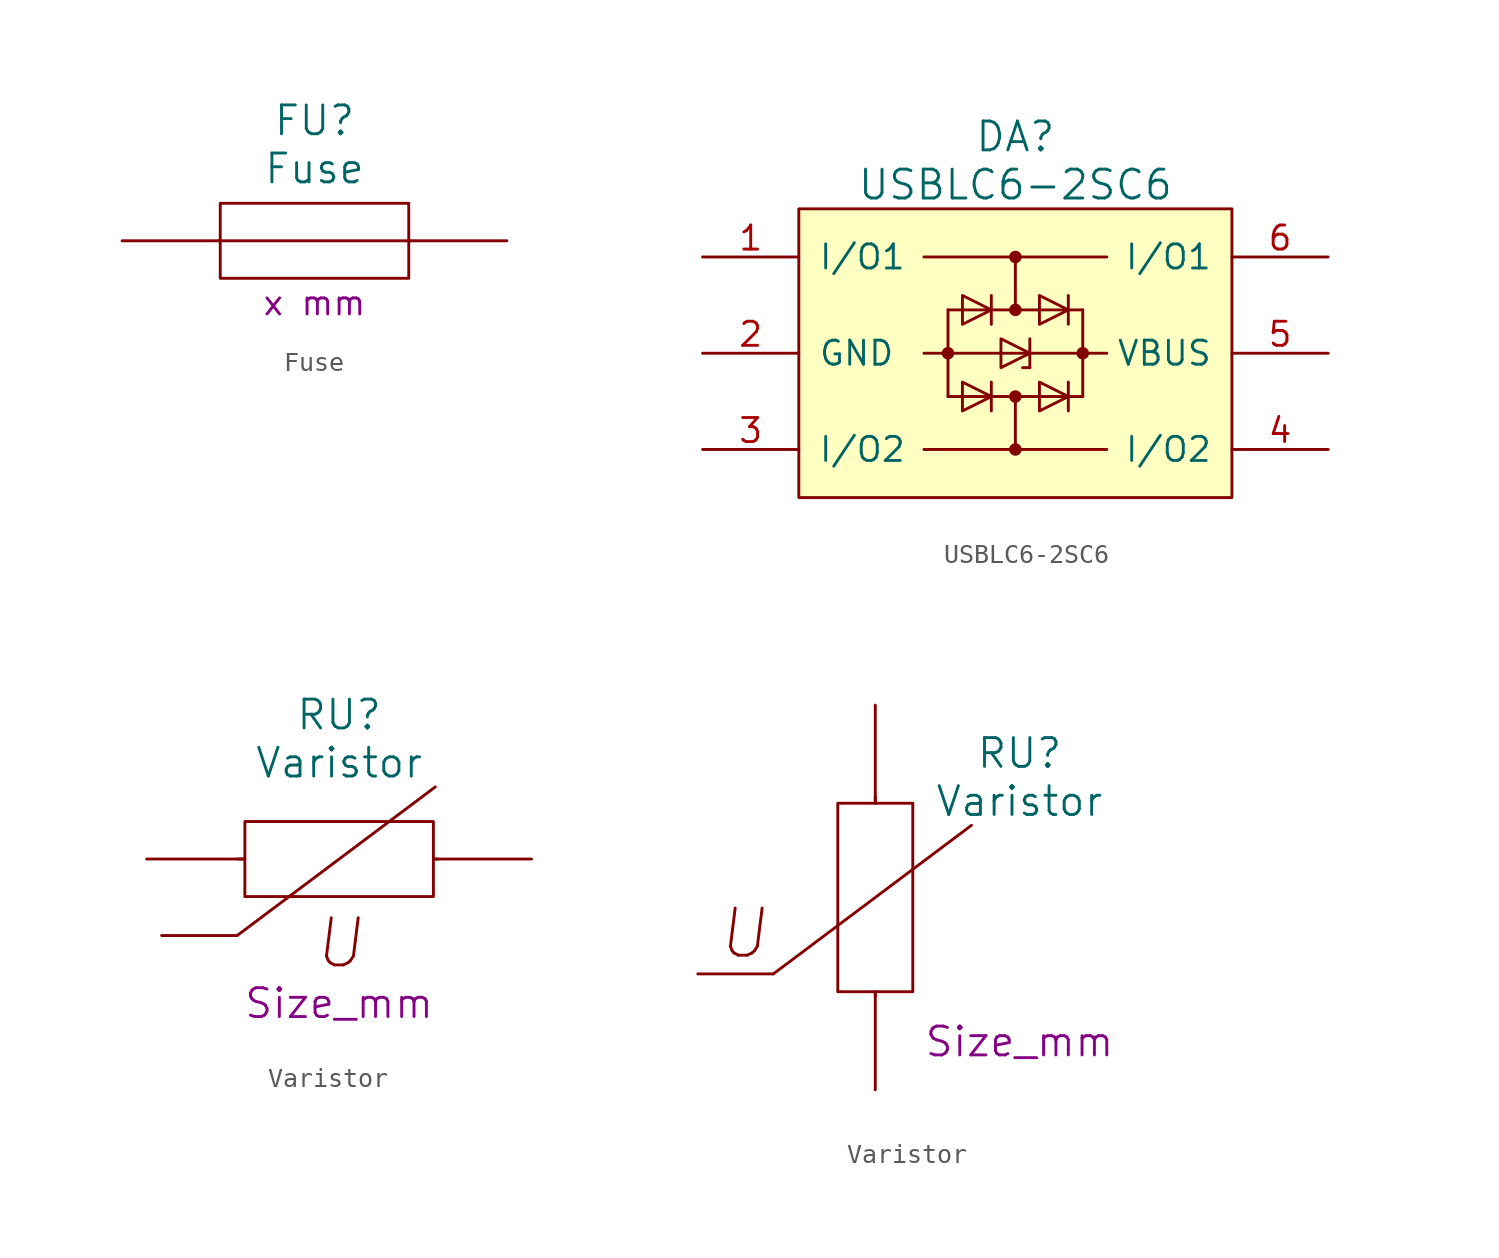
<source format=kicad_sym>
(kicad_symbol_lib
  (version 20220914)
  (generator kicad_symbol_editor)
  (symbol "Fuse"
    (pin_numbers hide)
    (pin_names
      (offset 1.016) hide)
    (property "Reference" "FU"
      (at 0 6.35 0)
      (do_not_autoplace)
      (effects (font (size 1.524 1.524))))
    (property "Value" "Fuse"
      (at 0 3.81 0)
      (do_not_autoplace)
      (effects (font (size 1.524 1.524))))
    (property "Datasheet" ""
      (at -10.16 0 0)
      (effects (font (size 1.524 1.524))))
    (property "Size" "x mm"
      (at 0 -2.54 0)
      (do_not_autoplace)
      (effects (font (size 1.27 1.27)) (justify top)))
    (symbol "Fuse_0_1"
      (polyline (pts (xy 5.08 0) (xy -5.08 0)) (stroke (width 0) (type solid)) (fill (type none)))
      (rectangle (start 4.978 1.981) (end -4.978 -1.981) (stroke (width 0) (type solid)) (fill (type none))))
    (symbol "Fuse_1_1"
      (pin passive line (at -10.16 0 0) (length 5.08) (name "1" (effects (font (size 1.27 1.27)))) (number "1" (effects (font (size 1.27 1.27)))))
      (pin passive line (at 10.16 0 180) (length 5.08) (name "2" (effects (font (size 1.27 1.27)))) (number "2" (effects (font (size 1.27 1.27)))))))
  (symbol "USBLC6-2SC6"
    (pin_names
      (offset 1.016))
    (property "Reference" "DA"
      (at 0 11.43 0)
      (effects (font (size 1.524 1.524))))
    (property "Value" "USBLC6-2SC6"
      (at 0 8.89 0)
      (effects (font (size 1.524 1.524))))
    (property "Datasheet" ""
      (at 17.78 -1.27 0)
      (effects (font (size 1.524 1.524))))
    (symbol "USBLC6-2SC6_0_1"
      (rectangle (start -11.43 7.62) (end 11.43 -7.62) (stroke (width 0) (type solid)) (fill (type background)))
      (circle (center -3.556 0) (radius 0.254) (stroke (width 0) (type solid)) (fill (type outline)))
      (circle (center 0 -5.08) (radius 0.254) (stroke (width 0) (type solid)) (fill (type outline)))
      (circle (center 0 -2.286) (radius 0.254) (stroke (width 0) (type solid)) (fill (type outline)))
      (polyline (pts (xy -3.556 2.286) (xy -3.556 -2.286)) (stroke (width 0) (type solid)) (fill (type none)))
      (polyline (pts (xy -1.27 -3.048) (xy -1.27 -1.524)) (stroke (width 0) (type solid)) (fill (type none)))
      (polyline (pts (xy -1.27 1.524) (xy -1.27 3.048)) (stroke (width 0) (type solid)) (fill (type none)))
      (polyline (pts (xy 0 -2.286) (xy 0 -5.08)) (stroke (width 0) (type solid)) (fill (type none)))
      (polyline (pts (xy 0 5.08) (xy 0 2.286)) (stroke (width 0) (type solid)) (fill (type none)))
      (polyline (pts (xy 0.762 -0.762) (xy 0.381 -0.762)) (stroke (width 0) (type solid)) (fill (type none)))
      (polyline (pts (xy 0.762 -0.762) (xy 0.762 0.762)) (stroke (width 0) (type solid)) (fill (type none)))
      (polyline (pts (xy 2.794 -3.048) (xy 2.794 -1.524)) (stroke (width 0) (type solid)) (fill (type none)))
      (polyline (pts (xy 2.794 1.524) (xy 2.794 3.048)) (stroke (width 0) (type solid)) (fill (type none)))
      (polyline (pts (xy 3.556 -2.286) (xy -3.556 -2.286)) (stroke (width 0) (type solid)) (fill (type none)))
      (polyline (pts (xy 3.556 -2.286) (xy 3.556 2.286)) (stroke (width 0) (type solid)) (fill (type none)))
      (polyline (pts (xy 3.556 2.286) (xy -3.556 2.286)) (stroke (width 0) (type solid)) (fill (type none)))
      (polyline (pts (xy 4.826 -5.08) (xy -4.826 -5.08)) (stroke (width 0) (type solid)) (fill (type none)))
      (polyline (pts (xy 4.826 0) (xy -4.826 0)) (stroke (width 0) (type solid)) (fill (type none)))
      (polyline (pts (xy 4.826 5.08) (xy -4.826 5.08)) (stroke (width 0) (type solid)) (fill (type none)))
      (polyline (pts (xy -1.27 -2.286) (xy -2.794 -1.524) (xy -2.794 -3.048) (xy -1.27 -2.286)) (stroke (width 0) (type solid)) (fill (type none)))
      (polyline (pts (xy -1.27 2.286) (xy -2.794 3.048) (xy -2.794 1.524) (xy -1.27 2.286)) (stroke (width 0) (type solid)) (fill (type none)))
      (polyline (pts (xy 0.762 0) (xy -0.762 0.762) (xy -0.762 -0.762) (xy 0.762 0)) (stroke (width 0) (type solid)) (fill (type none)))
      (polyline (pts (xy 2.794 -2.286) (xy 1.27 -1.524) (xy 1.27 -3.048) (xy 2.794 -2.286)) (stroke (width 0) (type solid)) (fill (type none)))
      (polyline (pts (xy 2.794 2.286) (xy 1.27 3.048) (xy 1.27 1.524) (xy 2.794 2.286)) (stroke (width 0) (type solid)) (fill (type none)))
      (circle (center 0 2.286) (radius 0.254) (stroke (width 0) (type solid)) (fill (type outline)))
      (circle (center 0 5.08) (radius 0.254) (stroke (width 0) (type solid)) (fill (type outline)))
      (circle (center 3.556 0) (radius 0.254) (stroke (width 0) (type solid)) (fill (type outline))))
    (symbol "USBLC6-2SC6_1_1"
      (pin passive line (at -16.51 5.08 0) (length 5.08) (name "I/O1" (effects (font (size 1.27 1.27)))) (number "1" (effects (font (size 1.27 1.27)))))
      (pin power_in line (at -16.51 0 0) (length 5.08) (name "GND" (effects (font (size 1.27 1.27)))) (number "2" (effects (font (size 1.27 1.27)))))
      (pin passive line (at -16.51 -5.08 0) (length 5.08) (name "I/O2" (effects (font (size 1.27 1.27)))) (number "3" (effects (font (size 1.27 1.27)))))
      (pin passive line (at 16.51 -5.08 180) (length 5.08) (name "I/O2" (effects (font (size 1.27 1.27)))) (number "4" (effects (font (size 1.27 1.27)))))
      (pin power_in line (at 16.51 0 180) (length 5.08) (name "VBUS" (effects (font (size 1.27 1.27)))) (number "5" (effects (font (size 1.27 1.27)))))
      (pin passive line (at 16.51 5.08 180) (length 5.08) (name "I/O1" (effects (font (size 1.27 1.27)))) (number "6" (effects (font (size 1.27 1.27)))))))
  (symbol "Varistor"
    (pin_numbers hide)
    (pin_names
      (offset 1.016) hide)
    (property "Reference" "RU"
      (at 0 7.62 0)
      (do_not_autoplace)
      (effects (font (size 1.524 1.524))))
    (property "Value" "Varistor"
      (at 0 5.08 0)
      (do_not_autoplace)
      (effects (font (size 1.524 1.524))))
    (property "Datasheet" ""
      (at -11.43 -3.81 0)
      (effects (font (size 1.524 1.524))))
    (property "Size" "Size_mm"
      (at 0 -7.62 0)
      (do_not_autoplace)
      (effects (font (size 1.524 1.524))))
    (symbol "Varistor_0_1"
      (rectangle (start -4.978 1.981) (end 4.978 -1.981) (stroke (width 0) (type solid)) (fill (type none)))
      (polyline (pts (xy -5.385 -4.039) (xy -9.373 -4.039)) (stroke (width 0) (type solid)) (fill (type none)))
      (polyline (pts (xy -4.978 0) (xy -5.334 0)) (stroke (width 0) (type solid)) (fill (type none)))
      (polyline (pts (xy 4.978 0) (xy 5.232 0)) (stroke (width 0) (type solid)) (fill (type none))))
    (symbol "Varistor_0_2"
      (rectangle (start -5.639 4.978) (end -9.601 -4.978) (stroke (width 0) (type solid)) (fill (type none)))
      (polyline (pts (xy -13.005 -4.039) (xy -16.993 -4.039)) (stroke (width 0) (type solid)) (fill (type none)))
      (polyline (pts (xy -7.62 -4.978) (xy -7.62 -5.232)) (stroke (width 0) (type solid)) (fill (type none)))
      (polyline (pts (xy -7.62 4.978) (xy -7.62 5.334)) (stroke (width 0) (type solid)) (fill (type none)))
      (polyline (pts (xy -2.54 3.81) (xy -13.005 -4.039)) (stroke (width 0) (type solid)) (fill (type none))))
    (symbol "Varistor_1_1"
      (polyline (pts (xy 5.08 3.81) (xy -5.385 -4.039)) (stroke (width 0) (type solid)) (fill (type none)))
      (text "U" (at 0 -4.445 0) (effects (font (size 2.489 2.489) italic)))
      (pin passive line (at -10.16 0 0) (length 5.08) (name "~" (effects (font (size 1.27 1.27)))) (number "1" (effects (font (size 1.27 1.27)))))
      (pin passive line (at 10.16 0 180) (length 5.08) (name "~" (effects (font (size 1.27 1.27)))) (number "2" (effects (font (size 1.27 1.27))))))
    (symbol "Varistor_1_2"
      (text "U" (at -14.605 -1.905 0) (effects (font (size 2.489 2.489) italic)))
      (pin passive line (at -7.62 10.16 270) (length 5.08) (name "~" (effects (font (size 1.27 1.27)))) (number "1" (effects (font (size 1.27 1.27)))))
      (pin passive line (at -7.62 -10.16 90) (length 5.08) (name "~" (effects (font (size 1.27 1.27)))) (number "2" (effects (font (size 1.27 1.27))))))))
</source>
